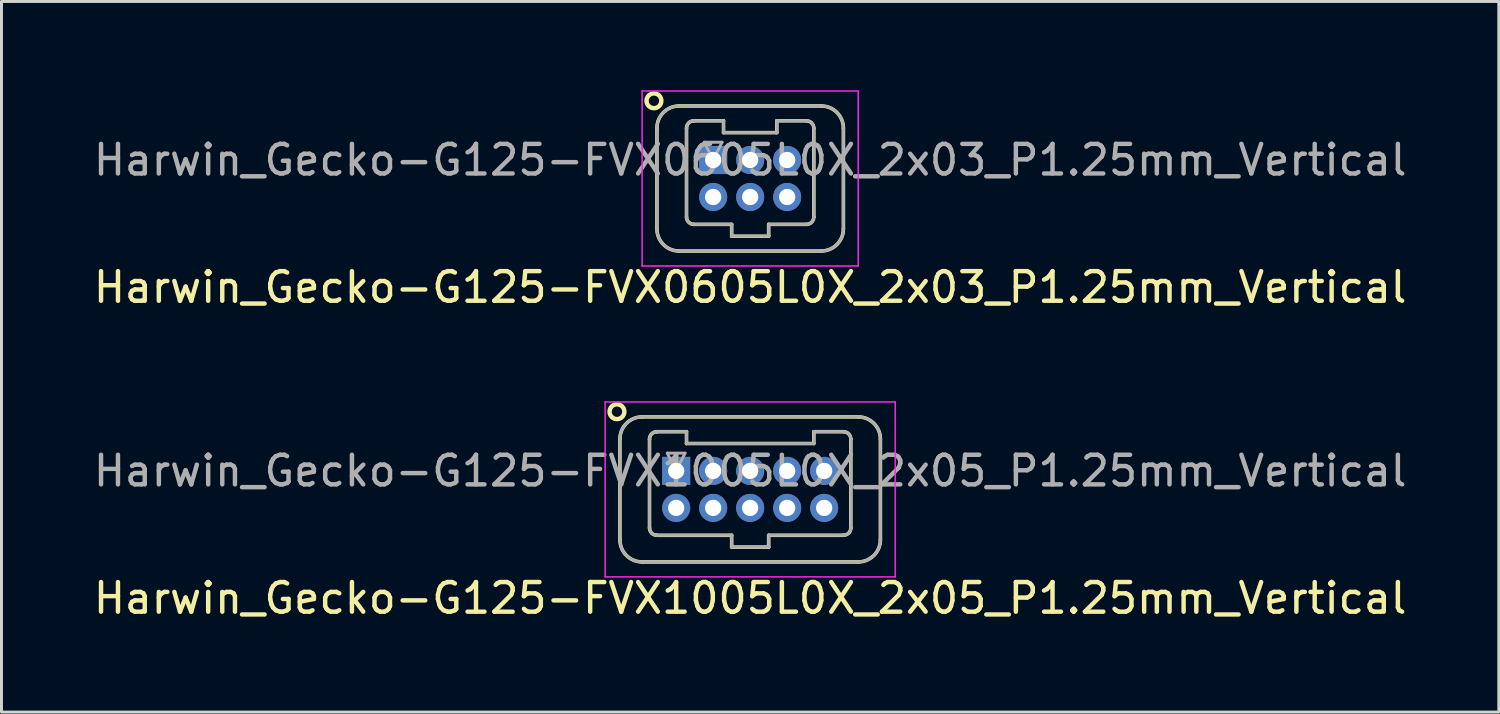
<source format=kicad_pcb>
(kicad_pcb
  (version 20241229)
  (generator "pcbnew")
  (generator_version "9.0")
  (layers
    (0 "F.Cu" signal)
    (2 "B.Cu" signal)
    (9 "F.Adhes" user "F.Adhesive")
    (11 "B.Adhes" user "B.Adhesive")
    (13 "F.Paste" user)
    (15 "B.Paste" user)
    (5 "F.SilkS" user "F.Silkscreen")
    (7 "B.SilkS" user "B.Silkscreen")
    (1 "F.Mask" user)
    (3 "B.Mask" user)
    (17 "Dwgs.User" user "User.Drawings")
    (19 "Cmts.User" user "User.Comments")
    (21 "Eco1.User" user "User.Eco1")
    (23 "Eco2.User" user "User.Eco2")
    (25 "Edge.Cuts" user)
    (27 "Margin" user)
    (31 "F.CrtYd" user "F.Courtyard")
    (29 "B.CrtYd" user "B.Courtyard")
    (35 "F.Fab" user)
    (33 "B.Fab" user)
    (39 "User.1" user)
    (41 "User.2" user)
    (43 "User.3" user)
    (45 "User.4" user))
  (footprint "Harwin_Gecko-G125-FVX0605L0X_2x03_P1.25mm_Vertical"
    (layer "F.Cu")
    (at 21.042 2.355)
    (property "Reference" "Harwin_Gecko-G125-FVX0605L0X_2x03_P1.25mm_Vertical" (at 1.25 4.3 0) (layer "F.SilkS") (effects (font (size 1 1) (thickness 0.15))))
    (attr through_hole)
    (fp_line (start -1.9 -1.075) (end -1.9 2.325) (stroke (width 0.12) (type solid)) (layer "F.SilkS"))
    (fp_line (start -1.15 -1.825) (end 3.65 -1.825) (stroke (width 0.12) (type solid)) (layer "F.SilkS"))
    (fp_line (start -1.15 3.075) (end 3.65 3.075) (stroke (width 0.12) (type solid)) (layer "F.SilkS"))
    (fp_line (start -0.9 -1.075) (end -0.9 1.925) (stroke (width 0.12) (type solid)) (layer "F.SilkS"))
    (fp_line (start -0.65 -1.325) (end 0.35 -1.325) (stroke (width 0.12) (type solid)) (layer "F.SilkS"))
    (fp_line (start -0.65 2.175) (end 0.625 2.175) (stroke (width 0.12) (type solid)) (layer "F.SilkS"))
    (fp_line (start 0.35 -1.325) (end 0.35 -0.925) (stroke (width 0.12) (type solid)) (layer "F.SilkS"))
    (fp_line (start 0.35 -0.925) (end 2.15 -0.925) (stroke (width 0.12) (type solid)) (layer "F.SilkS"))
    (fp_line (start 0.625 2.175) (end 0.625 2.575) (stroke (width 0.12) (type solid)) (layer "F.SilkS"))
    (fp_line (start 0.625 2.575) (end 1.875 2.575) (stroke (width 0.12) (type solid)) (layer "F.SilkS"))
    (fp_line (start 1.875 2.175) (end 3.15 2.175) (stroke (width 0.12) (type solid)) (layer "F.SilkS"))
    (fp_line (start 1.875 2.575) (end 1.875 2.175) (stroke (width 0.12) (type solid)) (layer "F.SilkS"))
    (fp_line (start 2.15 -1.325) (end 3.15 -1.325) (stroke (width 0.12) (type solid)) (layer "F.SilkS"))
    (fp_line (start 2.15 -0.925) (end 2.15 -1.325) (stroke (width 0.12) (type solid)) (layer "F.SilkS"))
    (fp_line (start 3.4 -1.075) (end 3.4 1.925) (stroke (width 0.12) (type solid)) (layer "F.SilkS"))
    (fp_line (start 4.4 -1.075) (end 4.4 2.325) (stroke (width 0.12) (type solid)) (layer "F.SilkS"))
    (fp_arc (start -1.9 -1.075) (mid -1.68033 -1.60533) (end -1.15 -1.825) (stroke (width 0.12) (type solid)) (layer "F.SilkS"))
    (fp_arc (start -1.15 3.075) (mid -1.68033 2.85533) (end -1.9 2.325) (stroke (width 0.12) (type solid)) (layer "F.SilkS"))
    (fp_arc (start -0.9 -1.075) (mid -0.826777 -1.251777) (end -0.65 -1.325) (stroke (width 0.12) (type solid)) (layer "F.SilkS"))
    (fp_arc (start -0.65 2.175) (mid -0.826777 2.101777) (end -0.9 1.925) (stroke (width 0.12) (type solid)) (layer "F.SilkS"))
    (fp_arc (start 3.15 -1.325) (mid 3.326777 -1.251777) (end 3.4 -1.075) (stroke (width 0.12) (type solid)) (layer "F.SilkS"))
    (fp_arc (start 3.4 1.925) (mid 3.326777 2.101777) (end 3.15 2.175) (stroke (width 0.12) (type solid)) (layer "F.SilkS"))
    (fp_arc (start 3.65 -1.825) (mid 4.18033 -1.60533) (end 4.4 -1.075) (stroke (width 0.12) (type solid)) (layer "F.SilkS"))
    (fp_arc (start 4.4 2.325) (mid 4.18033 2.85533) (end 3.65 3.075) (stroke (width 0.12) (type solid)) (layer "F.SilkS"))
    (fp_circle (center -2 -2) (end -1.75 -2) (stroke (width 0.15) (type solid)) (fill no) (layer "F.SilkS"))
    (fp_line (start -2.4 -2.33) (end -2.4 3.58) (stroke (width 0.05) (type solid)) (layer "F.CrtYd"))
    (fp_line (start -2.4 3.58) (end 4.9 3.58) (stroke (width 0.05) (type solid)) (layer "F.CrtYd"))
    (fp_line (start 4.9 -2.33) (end -2.4 -2.33) (stroke (width 0.05) (type solid)) (layer "F.CrtYd"))
    (fp_line (start 4.9 3.58) (end 4.9 -2.33) (stroke (width 0.05) (type solid)) (layer "F.CrtYd"))
    (fp_line (start -1.9 -1.075) (end -1.9 2.325) (stroke (width 0.1) (type solid)) (layer "F.Fab"))
    (fp_line (start -1.15 -1.825) (end 3.65 -1.825) (stroke (width 0.1) (type solid)) (layer "F.Fab"))
    (fp_line (start -1.15 3.075) (end 3.65 3.075) (stroke (width 0.1) (type solid)) (layer "F.Fab"))
    (fp_line (start -0.9 -1.075) (end -0.9 1.925) (stroke (width 0.1) (type solid)) (layer "F.Fab"))
    (fp_line (start -0.65 -1.325) (end 0.35 -1.325) (stroke (width 0.1) (type solid)) (layer "F.Fab"))
    (fp_line (start -0.65 2.175) (end 0.625 2.175) (stroke (width 0.1) (type solid)) (layer "F.Fab"))
    (fp_line (start -0.3 -0.6) (end 0.3 -0.6) (stroke (width 0.1) (type solid)) (layer "F.Fab"))
    (fp_line (start 0 0) (end -0.3 -0.6) (stroke (width 0.1) (type solid)) (layer "F.Fab"))
    (fp_line (start 0.3 -0.6) (end 0 0) (stroke (width 0.1) (type solid)) (layer "F.Fab"))
    (fp_line (start 0.35 -1.325) (end 0.35 -0.925) (stroke (width 0.1) (type solid)) (layer "F.Fab"))
    (fp_line (start 0.35 -0.925) (end 2.15 -0.925) (stroke (width 0.1) (type solid)) (layer "F.Fab"))
    (fp_line (start 0.625 2.175) (end 0.625 2.575) (stroke (width 0.1) (type solid)) (layer "F.Fab"))
    (fp_line (start 0.625 2.575) (end 1.875 2.575) (stroke (width 0.1) (type solid)) (layer "F.Fab"))
    (fp_line (start 1.875 2.175) (end 3.15 2.175) (stroke (width 0.1) (type solid)) (layer "F.Fab"))
    (fp_line (start 1.875 2.575) (end 1.875 2.175) (stroke (width 0.1) (type solid)) (layer "F.Fab"))
    (fp_line (start 2.15 -1.325) (end 3.15 -1.325) (stroke (width 0.1) (type solid)) (layer "F.Fab"))
    (fp_line (start 2.15 -0.925) (end 2.15 -1.325) (stroke (width 0.1) (type solid)) (layer "F.Fab"))
    (fp_line (start 3.4 -1.075) (end 3.4 1.925) (stroke (width 0.1) (type solid)) (layer "F.Fab"))
    (fp_line (start 4.4 -1.075) (end 4.4 2.325) (stroke (width 0.1) (type solid)) (layer "F.Fab"))
    (fp_arc (start -1.9 -1.075) (mid -1.68033 -1.60533) (end -1.15 -1.825) (stroke (width 0.1) (type solid)) (layer "F.Fab"))
    (fp_arc (start -1.15 3.075) (mid -1.68033 2.85533) (end -1.9 2.325) (stroke (width 0.1) (type solid)) (layer "F.Fab"))
    (fp_arc (start -0.9 -1.075) (mid -0.826777 -1.251777) (end -0.65 -1.325) (stroke (width 0.1) (type solid)) (layer "F.Fab"))
    (fp_arc (start -0.65 2.175) (mid -0.826777 2.101777) (end -0.9 1.925) (stroke (width 0.1) (type solid)) (layer "F.Fab"))
    (fp_arc (start 3.15 -1.325) (mid 3.326777 -1.251777) (end 3.4 -1.075) (stroke (width 0.1) (type solid)) (layer "F.Fab"))
    (fp_arc (start 3.4 1.925) (mid 3.326777 2.101777) (end 3.15 2.175) (stroke (width 0.1) (type solid)) (layer "F.Fab"))
    (fp_arc (start 3.65 -1.825) (mid 4.18033 -1.60533) (end 4.4 -1.075) (stroke (width 0.1) (type solid)) (layer "F.Fab"))
    (fp_arc (start 4.4 2.325) (mid 4.18033 2.85533) (end 3.65 3.075) (stroke (width 0.1) (type solid)) (layer "F.Fab"))
    (fp_text user "${REFERENCE}" (at 1.25 0 0) (layer "F.Fab") (effects (font (size 1 1) (thickness 0.15))))
    (pad "1" thru_hole rect (at 0 0) (size 0.95 0.95) (drill 0.55) (layers "*.Cu" "*.Mask"))
    (pad "2" thru_hole circle (at 0 1.25) (size 0.95 0.95) (drill 0.55) (layers "*.Cu" "*.Mask"))
    (pad "3" thru_hole circle (at 1.25 0) (size 0.95 0.95) (drill 0.55) (layers "*.Cu" "*.Mask"))
    (pad "4" thru_hole circle (at 1.25 1.25) (size 0.95 0.95) (drill 0.55) (layers "*.Cu" "*.Mask"))
    (pad "5" thru_hole circle (at 2.5 0) (size 0.95 0.95) (drill 0.55) (layers "*.Cu" "*.Mask"))
    (pad "6" thru_hole circle (at 2.5 1.25) (size 0.95 0.95) (drill 0.55) (layers "*.Cu" "*.Mask")))
  (footprint "Harwin_Gecko-G125-FVX1005L0X_2x05_P1.25mm_Vertical"
    (layer "F.Cu")
    (at 19.792 12.858)
    (property "Reference" "Harwin_Gecko-G125-FVX1005L0X_2x05_P1.25mm_Vertical" (at 2.5 4.3 0) (layer "F.SilkS") (effects (font (size 1 1) (thickness 0.15))))
    (attr through_hole)
    (fp_line (start -1.9 -1.075) (end -1.9 2.325) (stroke (width 0.12) (type solid)) (layer "F.SilkS"))
    (fp_line (start -1.15 -1.825) (end 6.15 -1.825) (stroke (width 0.12) (type solid)) (layer "F.SilkS"))
    (fp_line (start -1.15 3.075) (end 6.15 3.075) (stroke (width 0.12) (type solid)) (layer "F.SilkS"))
    (fp_line (start -0.9 -1.075) (end -0.9 1.925) (stroke (width 0.12) (type solid)) (layer "F.SilkS"))
    (fp_line (start -0.65 -1.325) (end 0.35 -1.325) (stroke (width 0.12) (type solid)) (layer "F.SilkS"))
    (fp_line (start -0.65 2.175) (end 1.875 2.175) (stroke (width 0.12) (type solid)) (layer "F.SilkS"))
    (fp_line (start 0.35 -1.325) (end 0.35 -0.925) (stroke (width 0.12) (type solid)) (layer "F.SilkS"))
    (fp_line (start 0.35 -0.925) (end 4.65 -0.925) (stroke (width 0.12) (type solid)) (layer "F.SilkS"))
    (fp_line (start 1.875 2.175) (end 1.875 2.575) (stroke (width 0.12) (type solid)) (layer "F.SilkS"))
    (fp_line (start 1.875 2.575) (end 3.125 2.575) (stroke (width 0.12) (type solid)) (layer "F.SilkS"))
    (fp_line (start 3.125 2.175) (end 5.65 2.175) (stroke (width 0.12) (type solid)) (layer "F.SilkS"))
    (fp_line (start 3.125 2.575) (end 3.125 2.175) (stroke (width 0.12) (type solid)) (layer "F.SilkS"))
    (fp_line (start 4.65 -1.325) (end 5.65 -1.325) (stroke (width 0.12) (type solid)) (layer "F.SilkS"))
    (fp_line (start 4.65 -0.925) (end 4.65 -1.325) (stroke (width 0.12) (type solid)) (layer "F.SilkS"))
    (fp_line (start 5.9 -1.075) (end 5.9 1.925) (stroke (width 0.12) (type solid)) (layer "F.SilkS"))
    (fp_line (start 6.9 -1.075) (end 6.9 2.325) (stroke (width 0.12) (type solid)) (layer "F.SilkS"))
    (fp_arc (start -1.9 -1.075) (mid -1.68033 -1.60533) (end -1.15 -1.825) (stroke (width 0.12) (type solid)) (layer "F.SilkS"))
    (fp_arc (start -1.15 3.075) (mid -1.68033 2.85533) (end -1.9 2.325) (stroke (width 0.12) (type solid)) (layer "F.SilkS"))
    (fp_arc (start -0.9 -1.075) (mid -0.826777 -1.251777) (end -0.65 -1.325) (stroke (width 0.12) (type solid)) (layer "F.SilkS"))
    (fp_arc (start -0.65 2.175) (mid -0.826777 2.101777) (end -0.9 1.925) (stroke (width 0.12) (type solid)) (layer "F.SilkS"))
    (fp_arc (start 5.65 -1.325) (mid 5.826777 -1.251777) (end 5.9 -1.075) (stroke (width 0.12) (type solid)) (layer "F.SilkS"))
    (fp_arc (start 5.9 1.925) (mid 5.826777 2.101777) (end 5.65 2.175) (stroke (width 0.12) (type solid)) (layer "F.SilkS"))
    (fp_arc (start 6.15 -1.825) (mid 6.68033 -1.60533) (end 6.9 -1.075) (stroke (width 0.12) (type solid)) (layer "F.SilkS"))
    (fp_arc (start 6.9 2.325) (mid 6.68033 2.85533) (end 6.15 3.075) (stroke (width 0.12) (type solid)) (layer "F.SilkS"))
    (fp_circle (center -2 -2) (end -1.75 -2) (stroke (width 0.15) (type solid)) (fill no) (layer "F.SilkS"))
    (fp_line (start -2.4 -2.33) (end -2.4 3.58) (stroke (width 0.05) (type solid)) (layer "F.CrtYd"))
    (fp_line (start -2.4 3.58) (end 7.4 3.58) (stroke (width 0.05) (type solid)) (layer "F.CrtYd"))
    (fp_line (start 7.4 -2.33) (end -2.4 -2.33) (stroke (width 0.05) (type solid)) (layer "F.CrtYd"))
    (fp_line (start 7.4 3.58) (end 7.4 -2.33) (stroke (width 0.05) (type solid)) (layer "F.CrtYd"))
    (fp_line (start -1.9 -1.075) (end -1.9 2.325) (stroke (width 0.1) (type solid)) (layer "F.Fab"))
    (fp_line (start -1.15 -1.825) (end 6.15 -1.825) (stroke (width 0.1) (type solid)) (layer "F.Fab"))
    (fp_line (start -1.15 3.075) (end 6.15 3.075) (stroke (width 0.1) (type solid)) (layer "F.Fab"))
    (fp_line (start -0.9 -1.075) (end -0.9 1.925) (stroke (width 0.1) (type solid)) (layer "F.Fab"))
    (fp_line (start -0.65 -1.325) (end 0.35 -1.325) (stroke (width 0.1) (type solid)) (layer "F.Fab"))
    (fp_line (start -0.65 2.175) (end 1.875 2.175) (stroke (width 0.1) (type solid)) (layer "F.Fab"))
    (fp_line (start -0.3 -0.6) (end 0.3 -0.6) (stroke (width 0.1) (type solid)) (layer "F.Fab"))
    (fp_line (start 0 0) (end -0.3 -0.6) (stroke (width 0.1) (type solid)) (layer "F.Fab"))
    (fp_line (start 0.3 -0.6) (end 0 0) (stroke (width 0.1) (type solid)) (layer "F.Fab"))
    (fp_line (start 0.35 -1.325) (end 0.35 -0.925) (stroke (width 0.1) (type solid)) (layer "F.Fab"))
    (fp_line (start 0.35 -0.925) (end 4.65 -0.925) (stroke (width 0.1) (type solid)) (layer "F.Fab"))
    (fp_line (start 1.875 2.175) (end 1.875 2.575) (stroke (width 0.1) (type solid)) (layer "F.Fab"))
    (fp_line (start 1.875 2.575) (end 3.125 2.575) (stroke (width 0.1) (type solid)) (layer "F.Fab"))
    (fp_line (start 3.125 2.175) (end 5.65 2.175) (stroke (width 0.1) (type solid)) (layer "F.Fab"))
    (fp_line (start 3.125 2.575) (end 3.125 2.175) (stroke (width 0.1) (type solid)) (layer "F.Fab"))
    (fp_line (start 4.65 -1.325) (end 5.65 -1.325) (stroke (width 0.1) (type solid)) (layer "F.Fab"))
    (fp_line (start 4.65 -0.925) (end 4.65 -1.325) (stroke (width 0.1) (type solid)) (layer "F.Fab"))
    (fp_line (start 5.9 -1.075) (end 5.9 1.925) (stroke (width 0.1) (type solid)) (layer "F.Fab"))
    (fp_line (start 6.9 -1.075) (end 6.9 2.325) (stroke (width 0.1) (type solid)) (layer "F.Fab"))
    (fp_arc (start -1.9 -1.075) (mid -1.68033 -1.60533) (end -1.15 -1.825) (stroke (width 0.1) (type solid)) (layer "F.Fab"))
    (fp_arc (start -1.15 3.075) (mid -1.68033 2.85533) (end -1.9 2.325) (stroke (width 0.1) (type solid)) (layer "F.Fab"))
    (fp_arc (start -0.9 -1.075) (mid -0.826777 -1.251777) (end -0.65 -1.325) (stroke (width 0.1) (type solid)) (layer "F.Fab"))
    (fp_arc (start -0.65 2.175) (mid -0.826777 2.101777) (end -0.9 1.925) (stroke (width 0.1) (type solid)) (layer "F.Fab"))
    (fp_arc (start 5.65 -1.325) (mid 5.826777 -1.251777) (end 5.9 -1.075) (stroke (width 0.1) (type solid)) (layer "F.Fab"))
    (fp_arc (start 5.9 1.925) (mid 5.826777 2.101777) (end 5.65 2.175) (stroke (width 0.1) (type solid)) (layer "F.Fab"))
    (fp_arc (start 6.15 -1.825) (mid 6.68033 -1.60533) (end 6.9 -1.075) (stroke (width 0.1) (type solid)) (layer "F.Fab"))
    (fp_arc (start 6.9 2.325) (mid 6.68033 2.85533) (end 6.15 3.075) (stroke (width 0.1) (type solid)) (layer "F.Fab"))
    (fp_text user "${REFERENCE}" (at 2.5 0 0) (layer "F.Fab") (effects (font (size 1 1) (thickness 0.15))))
    (pad "1" thru_hole rect (at 0 0) (size 0.95 0.95) (drill 0.55) (layers "*.Cu" "*.Mask"))
    (pad "2" thru_hole circle (at 0 1.25) (size 0.95 0.95) (drill 0.55) (layers "*.Cu" "*.Mask"))
    (pad "3" thru_hole circle (at 1.25 0) (size 0.95 0.95) (drill 0.55) (layers "*.Cu" "*.Mask"))
    (pad "4" thru_hole circle (at 1.25 1.25) (size 0.95 0.95) (drill 0.55) (layers "*.Cu" "*.Mask"))
    (pad "5" thru_hole circle (at 2.5 0) (size 0.95 0.95) (drill 0.55) (layers "*.Cu" "*.Mask"))
    (pad "6" thru_hole circle (at 2.5 1.25) (size 0.95 0.95) (drill 0.55) (layers "*.Cu" "*.Mask"))
    (pad "7" thru_hole circle (at 3.75 0) (size 0.95 0.95) (drill 0.55) (layers "*.Cu" "*.Mask"))
    (pad "8" thru_hole circle (at 3.75 1.25) (size 0.95 0.95) (drill 0.55) (layers "*.Cu" "*.Mask"))
    (pad "9" thru_hole circle (at 5 0) (size 0.95 0.95) (drill 0.55) (layers "*.Cu" "*.Mask"))
    (pad "10" thru_hole circle (at 5 1.25) (size 0.95 0.95) (drill 0.55) (layers "*.Cu" "*.Mask")))
  (gr_rect
    (start -3 -3)
    (end 47.583 21.006)
    (stroke (width 0.1) (type default))
    (fill no)
    (layer "Edge.Cuts")))
</source>
